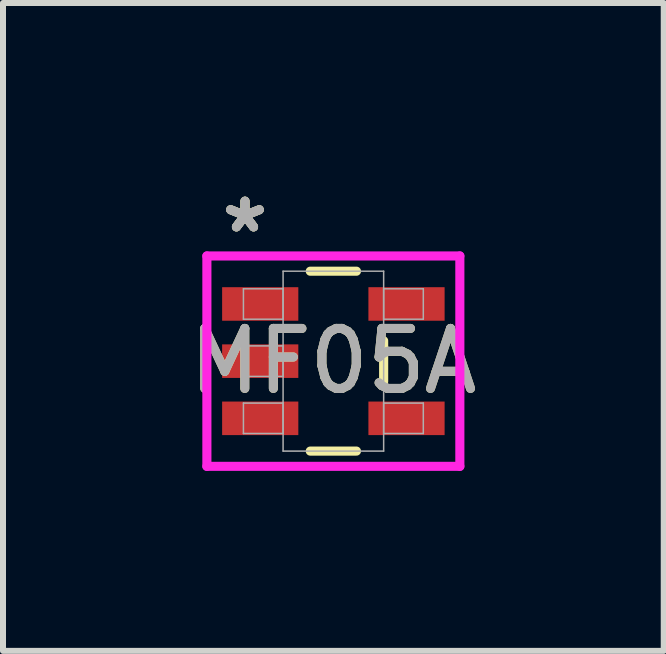
<source format=kicad_pcb>
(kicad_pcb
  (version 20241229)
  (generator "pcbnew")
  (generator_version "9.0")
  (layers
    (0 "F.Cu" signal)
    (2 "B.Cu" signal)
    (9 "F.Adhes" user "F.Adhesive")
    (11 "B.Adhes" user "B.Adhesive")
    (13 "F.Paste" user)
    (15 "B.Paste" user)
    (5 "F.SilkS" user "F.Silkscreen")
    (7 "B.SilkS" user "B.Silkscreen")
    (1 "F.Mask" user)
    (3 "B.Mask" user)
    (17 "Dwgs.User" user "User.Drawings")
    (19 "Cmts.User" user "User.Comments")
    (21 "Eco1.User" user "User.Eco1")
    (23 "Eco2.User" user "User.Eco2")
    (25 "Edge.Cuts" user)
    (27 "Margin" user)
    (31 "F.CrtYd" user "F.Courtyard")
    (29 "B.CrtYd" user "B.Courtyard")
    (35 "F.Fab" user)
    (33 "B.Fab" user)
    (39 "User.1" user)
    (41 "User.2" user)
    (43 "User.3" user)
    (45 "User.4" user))
  (footprint "MF05A"
    (layer "F.Cu")
    (at 2.506 2.969)
    (property "Reference" "MF05A" (at 0 0 0) (unlocked yes) (layer "F.SilkS") (effects (font (size 1 1) (thickness 0.15))))
    (attr smd)
    (fp_line (start -0.385 1.499) (end 0.385 1.499) (stroke (width 0.152) (type solid)) (layer "F.SilkS"))
    (fp_line (start 0.385 -1.499) (end -0.385 -1.499) (stroke (width 0.152) (type solid)) (layer "F.SilkS"))
    (fp_line (start 0.838 0.34) (end 0.838 -0.34) (stroke (width 0.152) (type solid)) (layer "F.SilkS"))
    (fp_line (start -2.108 -1.753) (end 2.108 -1.753) (stroke (width 0.152) (type solid)) (layer "F.CrtYd"))
    (fp_line (start -2.108 1.753) (end -2.108 -1.753) (stroke (width 0.152) (type solid)) (layer "F.CrtYd"))
    (fp_line (start 2.108 -1.753) (end 2.108 1.753) (stroke (width 0.152) (type solid)) (layer "F.CrtYd"))
    (fp_line (start 2.108 1.753) (end -2.108 1.753) (stroke (width 0.152) (type solid)) (layer "F.CrtYd"))
    (fp_line (start -1.499 -1.206) (end -1.499 -0.699) (stroke (width 0.025) (type solid)) (layer "F.Fab"))
    (fp_line (start -1.499 -0.699) (end -0.838 -0.699) (stroke (width 0.025) (type solid)) (layer "F.Fab"))
    (fp_line (start -1.499 -0.254) (end -1.499 0.254) (stroke (width 0.025) (type solid)) (layer "F.Fab"))
    (fp_line (start -1.499 0.254) (end -0.838 0.254) (stroke (width 0.025) (type solid)) (layer "F.Fab"))
    (fp_line (start -1.499 0.699) (end -1.499 1.206) (stroke (width 0.025) (type solid)) (layer "F.Fab"))
    (fp_line (start -1.499 1.206) (end -0.838 1.206) (stroke (width 0.025) (type solid)) (layer "F.Fab"))
    (fp_line (start -0.838 -1.499) (end -0.838 1.499) (stroke (width 0.025) (type solid)) (layer "F.Fab"))
    (fp_line (start -0.838 -1.206) (end -1.499 -1.206) (stroke (width 0.025) (type solid)) (layer "F.Fab"))
    (fp_line (start -0.838 -0.699) (end -0.838 -1.206) (stroke (width 0.025) (type solid)) (layer "F.Fab"))
    (fp_line (start -0.838 -0.254) (end -1.499 -0.254) (stroke (width 0.025) (type solid)) (layer "F.Fab"))
    (fp_line (start -0.838 0.254) (end -0.838 -0.254) (stroke (width 0.025) (type solid)) (layer "F.Fab"))
    (fp_line (start -0.838 0.699) (end -1.499 0.699) (stroke (width 0.025) (type solid)) (layer "F.Fab"))
    (fp_line (start -0.838 1.206) (end -0.838 0.699) (stroke (width 0.025) (type solid)) (layer "F.Fab"))
    (fp_line (start -0.838 1.499) (end 0.838 1.499) (stroke (width 0.025) (type solid)) (layer "F.Fab"))
    (fp_line (start 0.838 -1.499) (end -0.838 -1.499) (stroke (width 0.025) (type solid)) (layer "F.Fab"))
    (fp_line (start 0.838 -1.206) (end 0.838 -0.699) (stroke (width 0.025) (type solid)) (layer "F.Fab"))
    (fp_line (start 0.838 -0.699) (end 1.499 -0.699) (stroke (width 0.025) (type solid)) (layer "F.Fab"))
    (fp_line (start 0.838 0.699) (end 0.838 1.206) (stroke (width 0.025) (type solid)) (layer "F.Fab"))
    (fp_line (start 0.838 1.206) (end 1.499 1.206) (stroke (width 0.025) (type solid)) (layer "F.Fab"))
    (fp_line (start 0.838 1.499) (end 0.838 -1.499) (stroke (width 0.025) (type solid)) (layer "F.Fab"))
    (fp_line (start 1.499 -1.206) (end 0.838 -1.206) (stroke (width 0.025) (type solid)) (layer "F.Fab"))
    (fp_line (start 1.499 -0.699) (end 1.499 -1.206) (stroke (width 0.025) (type solid)) (layer "F.Fab"))
    (fp_line (start 1.499 0.699) (end 0.838 0.699) (stroke (width 0.025) (type solid)) (layer "F.Fab"))
    (fp_line (start 1.499 1.206) (end 1.499 0.699) (stroke (width 0.025) (type solid)) (layer "F.Fab"))
    (fp_text user "*" (at -1.473 -2.121 0) (layer "F.SilkS") (effects (font (size 1 1) (thickness 0.15))))
    (fp_text user "*" (at -1.473 -2.121 0) (unlocked yes) (layer "F.SilkS") (effects (font (size 1 1) (thickness 0.15))))
    (fp_text user "*" (at -1.473 -2.121 0) (layer "F.Fab") (effects (font (size 1 1) (thickness 0.15))))
    (fp_text user "*" (at -1.473 -2.121 0) (unlocked yes) (layer "F.Fab") (effects (font (size 1 1) (thickness 0.15))))
    (fp_text user "${REFERENCE}" (at 0 0 0) (unlocked yes) (layer "F.Fab") (effects (font (size 1 1) (thickness 0.15))))
    (pad "1" smd rect (at -1.219 -0.953) (size 1.27 0.559) (layers "F.Cu" "F.Mask" "F.Paste"))
    (pad "2" smd rect (at -1.219 0) (size 1.27 0.559) (layers "F.Cu" "F.Mask" "F.Paste"))
    (pad "3" smd rect (at -1.219 0.953) (size 1.27 0.559) (layers "F.Cu" "F.Mask" "F.Paste"))
    (pad "4" smd rect (at 1.219 0.953) (size 1.27 0.559) (layers "F.Cu" "F.Mask" "F.Paste"))
    (pad "5" smd rect (at 1.219 -0.953) (size 1.27 0.559) (layers "F.Cu" "F.Mask" "F.Paste")))
  (gr_rect
    (start -3 -3)
    (end 8.012 7.798)
    (stroke (width 0.1) (type default))
    (fill no)
    (layer "Edge.Cuts")))
</source>
